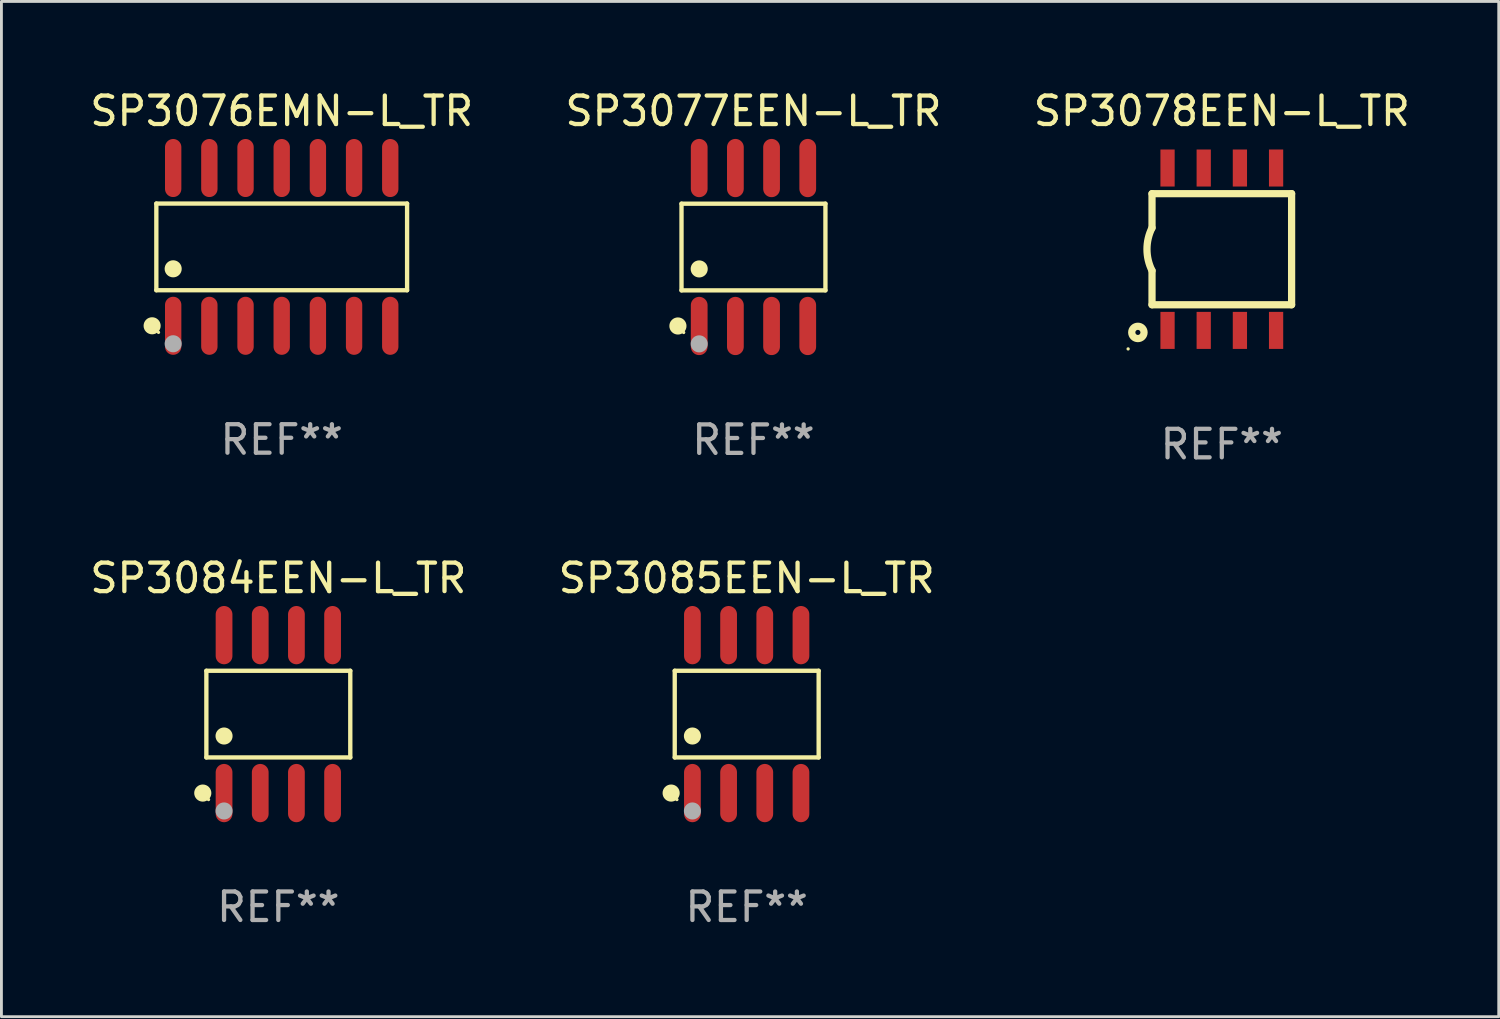
<source format=kicad_pcb>
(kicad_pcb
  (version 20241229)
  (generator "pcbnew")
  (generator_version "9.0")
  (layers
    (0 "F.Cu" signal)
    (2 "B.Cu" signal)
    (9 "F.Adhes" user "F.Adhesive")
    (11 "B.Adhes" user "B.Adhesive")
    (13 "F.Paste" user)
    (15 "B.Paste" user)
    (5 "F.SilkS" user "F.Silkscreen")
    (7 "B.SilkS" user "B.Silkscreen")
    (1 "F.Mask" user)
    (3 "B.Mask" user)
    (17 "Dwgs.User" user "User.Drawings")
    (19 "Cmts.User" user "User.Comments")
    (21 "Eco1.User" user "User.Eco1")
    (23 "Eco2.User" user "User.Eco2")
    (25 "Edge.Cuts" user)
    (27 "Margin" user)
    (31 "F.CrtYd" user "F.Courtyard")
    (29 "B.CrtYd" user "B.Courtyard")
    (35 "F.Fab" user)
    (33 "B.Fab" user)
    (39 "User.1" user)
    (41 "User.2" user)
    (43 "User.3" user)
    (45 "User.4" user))
  (footprint "SP3077EEN-L_TR"
    (layer "F.Cu")
    (at 23.399 5.621)
    (property "Reference" "SP3077EEN-L_TR" (at 0 -4.772 0) (layer "F.SilkS") (effects (font (size 1 1) (thickness 0.15))))
    (attr through_hole)
    (fp_line (start -2.526 -1.521) (end 2.526 -1.521) (stroke (width 0.152) (type solid)) (layer "F.SilkS"))
    (fp_line (start -2.526 1.521) (end -2.526 -1.521) (stroke (width 0.152) (type solid)) (layer "F.SilkS"))
    (fp_line (start 2.526 -1.521) (end 2.526 1.521) (stroke (width 0.152) (type solid)) (layer "F.SilkS"))
    (fp_line (start 2.526 1.521) (end -2.526 1.521) (stroke (width 0.152) (type solid)) (layer "F.SilkS"))
    (fp_circle (center -2.652 2.772) (end -2.501 2.772) (stroke (width 0.3) (type solid)) (fill no) (layer "F.SilkS"))
    (fp_circle (center -2.45 3) (end -2.42 3) (stroke (width 0.06) (type solid)) (fill no) (layer "F.SilkS"))
    (fp_circle (center -1.905 0.769) (end -1.755 0.769) (stroke (width 0.3) (type solid)) (fill no) (layer "F.SilkS"))
    (fp_circle (center -1.905 3.4) (end -1.755 3.4) (stroke (width 0.3) (type solid)) (fill no) (layer "F.Fab"))
    (fp_text user "REF**" (at 0 6.772 0) (layer "F.Fab") (effects (font (size 1 1) (thickness 0.15))))
    (pad "1" smd oval (at -1.905 2.772) (size 0.588 2.045) (layers "F.Cu" "F.Mask" "F.Paste"))
    (pad "2" smd oval (at -0.635 2.772) (size 0.588 2.045) (layers "F.Cu" "F.Mask" "F.Paste"))
    (pad "3" smd oval (at 0.635 2.772) (size 0.588 2.045) (layers "F.Cu" "F.Mask" "F.Paste"))
    (pad "4" smd oval (at 1.905 2.772) (size 0.588 2.045) (layers "F.Cu" "F.Mask" "F.Paste"))
    (pad "5" smd oval (at 1.905 -2.772) (size 0.588 2.045) (layers "F.Cu" "F.Mask" "F.Paste"))
    (pad "6" smd oval (at 0.635 -2.772) (size 0.588 2.045) (layers "F.Cu" "F.Mask" "F.Paste"))
    (pad "7" smd oval (at -0.635 -2.772) (size 0.588 2.045) (layers "F.Cu" "F.Mask" "F.Paste"))
    (pad "8" smd oval (at -1.905 -2.772) (size 0.588 2.045) (layers "F.Cu" "F.Mask" "F.Paste")))
  (footprint "SP3085EEN-L_TR"
    (layer "F.Cu")
    (at 23.161 22.017)
    (property "Reference" "SP3085EEN-L_TR" (at 0 -4.772 0) (layer "F.SilkS") (effects (font (size 1 1) (thickness 0.15))))
    (attr through_hole)
    (fp_line (start -2.526 -1.521) (end 2.526 -1.521) (stroke (width 0.152) (type solid)) (layer "F.SilkS"))
    (fp_line (start -2.526 1.521) (end -2.526 -1.521) (stroke (width 0.152) (type solid)) (layer "F.SilkS"))
    (fp_line (start 2.526 -1.521) (end 2.526 1.521) (stroke (width 0.152) (type solid)) (layer "F.SilkS"))
    (fp_line (start 2.526 1.521) (end -2.526 1.521) (stroke (width 0.152) (type solid)) (layer "F.SilkS"))
    (fp_circle (center -2.652 2.772) (end -2.501 2.772) (stroke (width 0.3) (type solid)) (fill no) (layer "F.SilkS"))
    (fp_circle (center -2.45 3) (end -2.42 3) (stroke (width 0.06) (type solid)) (fill no) (layer "F.SilkS"))
    (fp_circle (center -1.905 0.769) (end -1.755 0.769) (stroke (width 0.3) (type solid)) (fill no) (layer "F.SilkS"))
    (fp_circle (center -1.905 3.4) (end -1.755 3.4) (stroke (width 0.3) (type solid)) (fill no) (layer "F.Fab"))
    (fp_text user "REF**" (at 0 6.772 0) (layer "F.Fab") (effects (font (size 1 1) (thickness 0.15))))
    (pad "1" smd oval (at -1.905 2.772) (size 0.588 2.045) (layers "F.Cu" "F.Mask" "F.Paste"))
    (pad "2" smd oval (at -0.635 2.772) (size 0.588 2.045) (layers "F.Cu" "F.Mask" "F.Paste"))
    (pad "3" smd oval (at 0.635 2.772) (size 0.588 2.045) (layers "F.Cu" "F.Mask" "F.Paste"))
    (pad "4" smd oval (at 1.905 2.772) (size 0.588 2.045) (layers "F.Cu" "F.Mask" "F.Paste"))
    (pad "5" smd oval (at 1.905 -2.772) (size 0.588 2.045) (layers "F.Cu" "F.Mask" "F.Paste"))
    (pad "6" smd oval (at 0.635 -2.772) (size 0.588 2.045) (layers "F.Cu" "F.Mask" "F.Paste"))
    (pad "7" smd oval (at -0.635 -2.772) (size 0.588 2.045) (layers "F.Cu" "F.Mask" "F.Paste"))
    (pad "8" smd oval (at -1.905 -2.772) (size 0.588 2.045) (layers "F.Cu" "F.Mask" "F.Paste")))
  (footprint "SP3084EEN-L_TR"
    (layer "F.Cu")
    (at 6.72 22.017)
    (property "Reference" "SP3084EEN-L_TR" (at 0 -4.772 0) (layer "F.SilkS") (effects (font (size 1 1) (thickness 0.15))))
    (attr through_hole)
    (fp_line (start -2.526 -1.521) (end 2.526 -1.521) (stroke (width 0.152) (type solid)) (layer "F.SilkS"))
    (fp_line (start -2.526 1.521) (end -2.526 -1.521) (stroke (width 0.152) (type solid)) (layer "F.SilkS"))
    (fp_line (start 2.526 -1.521) (end 2.526 1.521) (stroke (width 0.152) (type solid)) (layer "F.SilkS"))
    (fp_line (start 2.526 1.521) (end -2.526 1.521) (stroke (width 0.152) (type solid)) (layer "F.SilkS"))
    (fp_circle (center -2.652 2.772) (end -2.501 2.772) (stroke (width 0.3) (type solid)) (fill no) (layer "F.SilkS"))
    (fp_circle (center -2.45 3) (end -2.42 3) (stroke (width 0.06) (type solid)) (fill no) (layer "F.SilkS"))
    (fp_circle (center -1.905 0.769) (end -1.755 0.769) (stroke (width 0.3) (type solid)) (fill no) (layer "F.SilkS"))
    (fp_circle (center -1.905 3.4) (end -1.755 3.4) (stroke (width 0.3) (type solid)) (fill no) (layer "F.Fab"))
    (fp_text user "REF**" (at 0 6.772 0) (layer "F.Fab") (effects (font (size 1 1) (thickness 0.15))))
    (pad "1" smd oval (at -1.905 2.772) (size 0.588 2.045) (layers "F.Cu" "F.Mask" "F.Paste"))
    (pad "2" smd oval (at -0.635 2.772) (size 0.588 2.045) (layers "F.Cu" "F.Mask" "F.Paste"))
    (pad "3" smd oval (at 0.635 2.772) (size 0.588 2.045) (layers "F.Cu" "F.Mask" "F.Paste"))
    (pad "4" smd oval (at 1.905 2.772) (size 0.588 2.045) (layers "F.Cu" "F.Mask" "F.Paste"))
    (pad "5" smd oval (at 1.905 -2.772) (size 0.588 2.045) (layers "F.Cu" "F.Mask" "F.Paste"))
    (pad "6" smd oval (at 0.635 -2.772) (size 0.588 2.045) (layers "F.Cu" "F.Mask" "F.Paste"))
    (pad "7" smd oval (at -0.635 -2.772) (size 0.588 2.045) (layers "F.Cu" "F.Mask" "F.Paste"))
    (pad "8" smd oval (at -1.905 -2.772) (size 0.588 2.045) (layers "F.Cu" "F.Mask" "F.Paste")))
  (footprint "SP3078EEN-L_TR"
    (layer "F.Cu")
    (at 39.839 5.698)
    (property "Reference" "SP3078EEN-L_TR" (at 0 -4.85 0) (layer "F.SilkS") (effects (font (size 1 1) (thickness 0.15))))
    (attr through_hole)
    (fp_line (start -2.45 -1.95) (end -2.45 -0.75) (stroke (width 0.254) (type solid)) (layer "F.SilkS"))
    (fp_line (start -2.45 -1.95) (end 2.45 -1.95) (stroke (width 0.254) (type solid)) (layer "F.SilkS"))
    (fp_line (start -2.45 1.95) (end 2.45 1.95) (stroke (width 0.254) (type solid)) (layer "F.SilkS"))
    (fp_line (start -2.45 1.95) (end -2.45 0.75) (stroke (width 0.254) (type solid)) (layer "F.SilkS"))
    (fp_line (start 2.45 -1.95) (end 2.45 1.95) (stroke (width 0.254) (type solid)) (layer "F.SilkS"))
    (fp_arc (start -2.449797 0.750698) (mid -2.626996 0.00042) (end -2.450025 -0.749911) (stroke (width 0.254001) (type solid)) (layer "F.SilkS"))
    (fp_circle (center -3.289 3.5) (end -3.259 3.5) (stroke (width 0.06) (type solid)) (fill no) (layer "F.SilkS"))
    (fp_circle (center -2.946 2.921) (end -2.73 2.921) (stroke (width 0.254) (type solid)) (fill no) (layer "F.SilkS"))
    (fp_text user "REF**" (at 0 6.85 0) (layer "F.Fab") (effects (font (size 1 1) (thickness 0.15))))
    (pad "1" smd rect (at -1.905 2.85 180) (size 0.5 1.3) (layers "F.Cu" "F.Mask" "F.Paste"))
    (pad "2" smd rect (at -0.635 2.85 180) (size 0.5 1.3) (layers "F.Cu" "F.Mask" "F.Paste"))
    (pad "3" smd rect (at 0.635 2.85 180) (size 0.5 1.3) (layers "F.Cu" "F.Mask" "F.Paste"))
    (pad "4" smd rect (at 1.905 2.85 180) (size 0.5 1.3) (layers "F.Cu" "F.Mask" "F.Paste"))
    (pad "5" smd rect (at 1.905 -2.85 180) (size 0.5 1.3) (layers "F.Cu" "F.Mask" "F.Paste"))
    (pad "6" smd rect (at 0.635 -2.85 180) (size 0.5 1.3) (layers "F.Cu" "F.Mask" "F.Paste"))
    (pad "7" smd rect (at -0.635 -2.85 180) (size 0.5 1.3) (layers "F.Cu" "F.Mask" "F.Paste"))
    (pad "8" smd rect (at -1.905 -2.85 180) (size 0.5 1.3) (layers "F.Cu" "F.Mask" "F.Paste")))
  (footprint "SP3076EMN-L_TR"
    (layer "F.Cu")
    (at 6.839 5.617)
    (property "Reference" "SP3076EMN-L_TR" (at 0 -4.769 0) (layer "F.SilkS") (effects (font (size 1 1) (thickness 0.15))))
    (attr through_hole)
    (fp_line (start -4.401 -1.521) (end 4.401 -1.521) (stroke (width 0.152) (type solid)) (layer "F.SilkS"))
    (fp_line (start -4.401 1.521) (end -4.401 -1.521) (stroke (width 0.152) (type solid)) (layer "F.SilkS"))
    (fp_line (start 4.401 -1.521) (end 4.401 1.521) (stroke (width 0.152) (type solid)) (layer "F.SilkS"))
    (fp_line (start 4.401 1.521) (end -4.401 1.521) (stroke (width 0.152) (type solid)) (layer "F.SilkS"))
    (fp_circle (center -4.549 2.769) (end -4.399 2.769) (stroke (width 0.3) (type solid)) (fill no) (layer "F.SilkS"))
    (fp_circle (center -4.325 3) (end -4.295 3) (stroke (width 0.06) (type solid)) (fill no) (layer "F.SilkS"))
    (fp_circle (center -3.81 0.769) (end -3.66 0.769) (stroke (width 0.3) (type solid)) (fill no) (layer "F.SilkS"))
    (fp_circle (center -3.81 3.4) (end -3.66 3.4) (stroke (width 0.3) (type solid)) (fill no) (layer "F.Fab"))
    (fp_text user "REF**" (at 0 6.769 0) (layer "F.Fab") (effects (font (size 1 1) (thickness 0.15))))
    (pad "1" smd oval (at -3.81 2.769) (size 0.574 2.038) (layers "F.Cu" "F.Mask" "F.Paste"))
    (pad "2" smd oval (at -2.54 2.769) (size 0.574 2.038) (layers "F.Cu" "F.Mask" "F.Paste"))
    (pad "3" smd oval (at -1.27 2.769) (size 0.574 2.038) (layers "F.Cu" "F.Mask" "F.Paste"))
    (pad "4" smd oval (at 0 2.769) (size 0.574 2.038) (layers "F.Cu" "F.Mask" "F.Paste"))
    (pad "5" smd oval (at 1.27 2.769) (size 0.574 2.038) (layers "F.Cu" "F.Mask" "F.Paste"))
    (pad "6" smd oval (at 2.54 2.769) (size 0.574 2.038) (layers "F.Cu" "F.Mask" "F.Paste"))
    (pad "7" smd oval (at 3.81 2.769) (size 0.574 2.038) (layers "F.Cu" "F.Mask" "F.Paste"))
    (pad "8" smd oval (at 3.81 -2.769) (size 0.574 2.038) (layers "F.Cu" "F.Mask" "F.Paste"))
    (pad "9" smd oval (at 2.54 -2.769) (size 0.574 2.038) (layers "F.Cu" "F.Mask" "F.Paste"))
    (pad "10" smd oval (at 1.27 -2.769) (size 0.574 2.038) (layers "F.Cu" "F.Mask" "F.Paste"))
    (pad "11" smd oval (at 0 -2.769) (size 0.574 2.038) (layers "F.Cu" "F.Mask" "F.Paste"))
    (pad "12" smd oval (at -1.27 -2.769) (size 0.574 2.038) (layers "F.Cu" "F.Mask" "F.Paste"))
    (pad "13" smd oval (at -2.54 -2.769) (size 0.574 2.038) (layers "F.Cu" "F.Mask" "F.Paste"))
    (pad "14" smd oval (at -3.81 -2.769) (size 0.574 2.038) (layers "F.Cu" "F.Mask" "F.Paste")))
  (gr_rect
    (start -3 -3)
    (end 49.56 32.638)
    (stroke (width 0.1) (type default))
    (fill no)
    (layer "Edge.Cuts")))
</source>
